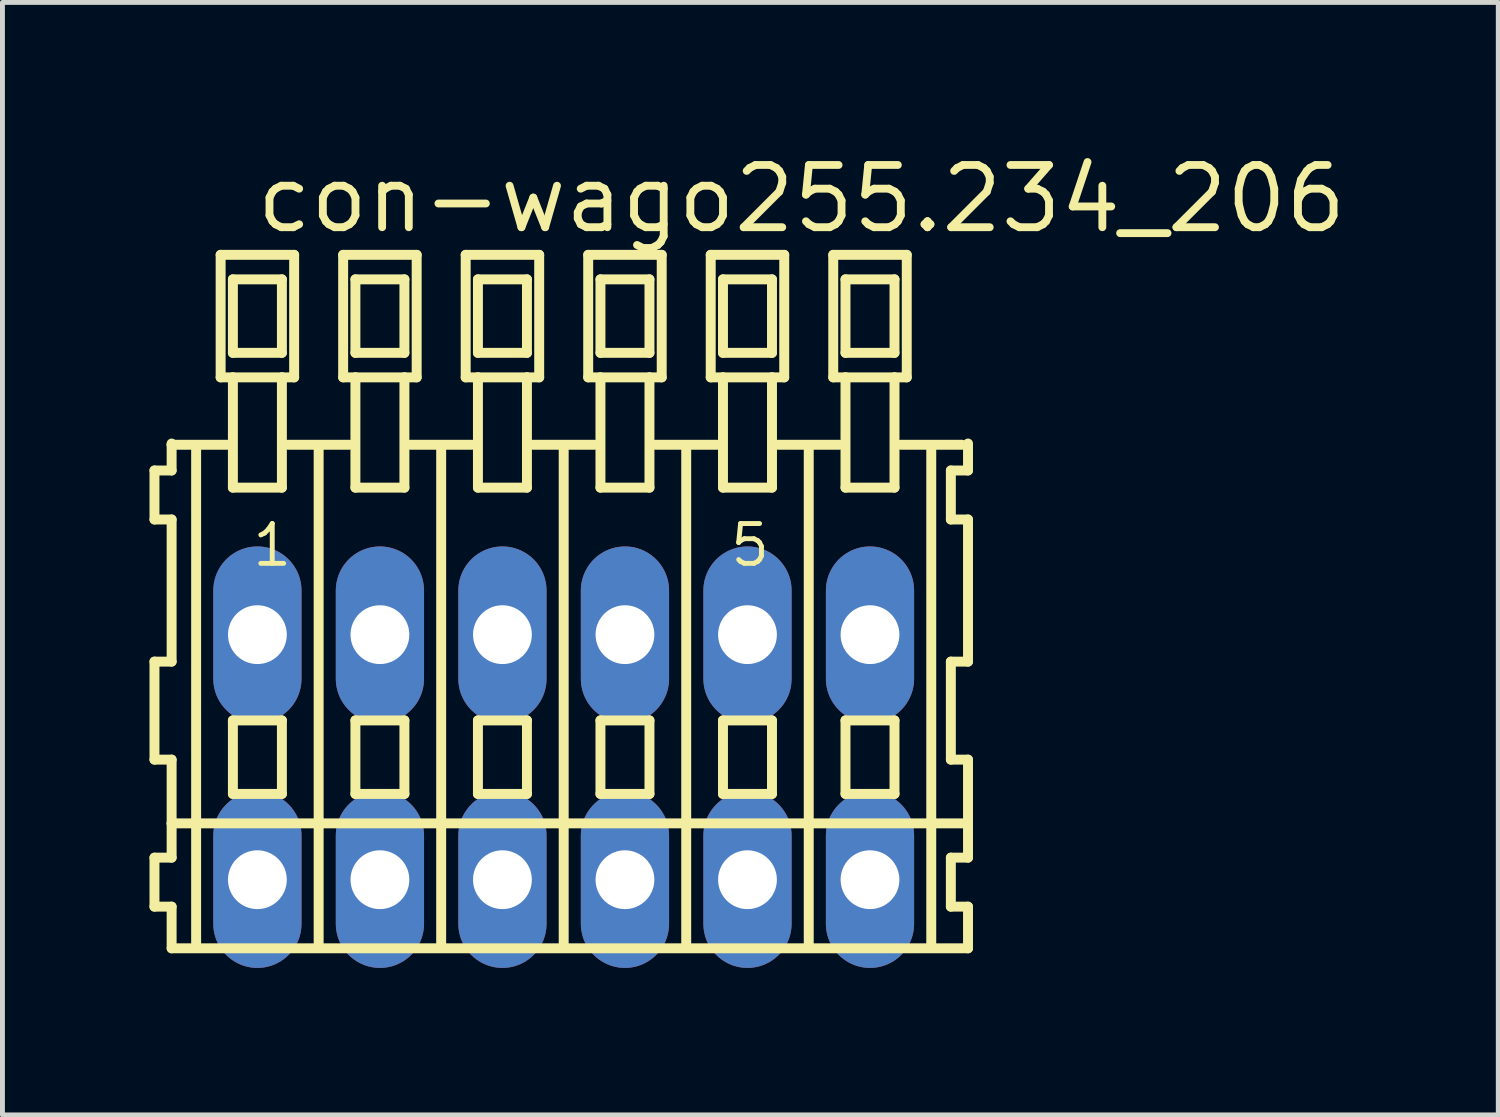
<source format=kicad_pcb>
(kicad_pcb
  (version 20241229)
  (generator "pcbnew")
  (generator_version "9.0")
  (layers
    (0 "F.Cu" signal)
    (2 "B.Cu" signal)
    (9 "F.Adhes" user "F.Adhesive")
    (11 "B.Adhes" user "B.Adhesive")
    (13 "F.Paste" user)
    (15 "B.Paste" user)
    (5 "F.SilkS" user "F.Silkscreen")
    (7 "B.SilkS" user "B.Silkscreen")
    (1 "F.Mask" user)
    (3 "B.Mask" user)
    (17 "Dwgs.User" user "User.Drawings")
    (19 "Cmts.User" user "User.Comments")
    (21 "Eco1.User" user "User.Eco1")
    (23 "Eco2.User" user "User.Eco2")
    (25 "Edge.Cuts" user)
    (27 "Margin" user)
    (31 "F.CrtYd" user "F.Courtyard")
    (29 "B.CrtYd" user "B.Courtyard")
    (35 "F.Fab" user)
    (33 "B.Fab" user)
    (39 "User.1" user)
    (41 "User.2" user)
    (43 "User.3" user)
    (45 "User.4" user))
  (footprint "con-wago255.234_206"
    (layer "F.Cu")
    (at 8.452 12.4)
    (property "Reference" "con-wago255.234_206" (at -6.35 -10.65 0) (layer "F.SilkS") (effects (font (size 1.27 1.27) (thickness 0.16)) (justify left bottom)))
    (attr through_hole)
    (fp_line (start -8.35 -5.85) (end -8.35 -4.85) (stroke (width 0.203) (type default)) (layer "F.SilkS"))
    (fp_line (start -8.35 -4.85) (end -8 -4.85) (stroke (width 0.203) (type default)) (layer "F.SilkS"))
    (fp_line (start -8.35 -1.95) (end -8.35 0.05) (stroke (width 0.203) (type default)) (layer "F.SilkS"))
    (fp_line (start -8.35 0.05) (end -8 0.05) (stroke (width 0.203) (type default)) (layer "F.SilkS"))
    (fp_line (start -8.35 2.05) (end -8.35 3.05) (stroke (width 0.203) (type default)) (layer "F.SilkS"))
    (fp_line (start -8.35 3.05) (end -8 3.05) (stroke (width 0.203) (type default)) (layer "F.SilkS"))
    (fp_line (start -8 -6.4) (end -8 -6.375) (stroke (width 0.203) (type default)) (layer "F.SilkS"))
    (fp_line (start -8 -6.375) (end -8 -5.85) (stroke (width 0.203) (type default)) (layer "F.SilkS"))
    (fp_line (start -8 -6.375) (end -6.875 -6.375) (stroke (width 0.203) (type default)) (layer "F.SilkS"))
    (fp_line (start -8 -5.85) (end -8.35 -5.85) (stroke (width 0.203) (type default)) (layer "F.SilkS"))
    (fp_line (start -8 -4.85) (end -8 -1.95) (stroke (width 0.203) (type default)) (layer "F.SilkS"))
    (fp_line (start -8 -1.95) (end -8.35 -1.95) (stroke (width 0.203) (type default)) (layer "F.SilkS"))
    (fp_line (start -8 0.05) (end -8 1.35) (stroke (width 0.203) (type default)) (layer "F.SilkS"))
    (fp_line (start -8 1.35) (end -8 2.05) (stroke (width 0.203) (type default)) (layer "F.SilkS"))
    (fp_line (start -8 1.35) (end 8.25 1.35) (stroke (width 0.203) (type default)) (layer "F.SilkS"))
    (fp_line (start -8 2.05) (end -8.35 2.05) (stroke (width 0.203) (type default)) (layer "F.SilkS"))
    (fp_line (start -8 3.05) (end -8 3.9) (stroke (width 0.203) (type default)) (layer "F.SilkS"))
    (fp_line (start -8 3.9) (end 8.25 3.9) (stroke (width 0.203) (type default)) (layer "F.SilkS"))
    (fp_line (start -7.5 -6.35) (end -7.5 3.8) (stroke (width 0.203) (type default)) (layer "F.SilkS"))
    (fp_line (start -7 -10.25) (end -7 -7.75) (stroke (width 0.203) (type default)) (layer "F.SilkS"))
    (fp_line (start -7 -7.75) (end -6.75 -7.75) (stroke (width 0.203) (type default)) (layer "F.SilkS"))
    (fp_line (start -6.75 -9.75) (end -6.75 -8.25) (stroke (width 0.203) (type default)) (layer "F.SilkS"))
    (fp_line (start -6.75 -8.25) (end -5.75 -8.25) (stroke (width 0.203) (type default)) (layer "F.SilkS"))
    (fp_line (start -6.75 -7.75) (end -6.75 -5.5) (stroke (width 0.203) (type default)) (layer "F.SilkS"))
    (fp_line (start -6.75 -7.75) (end -5.75 -7.75) (stroke (width 0.203) (type default)) (layer "F.SilkS"))
    (fp_line (start -6.75 -5.5) (end -5.75 -5.5) (stroke (width 0.203) (type default)) (layer "F.SilkS"))
    (fp_line (start -6.75 -0.75) (end -6.75 0.75) (stroke (width 0.203) (type default)) (layer "F.SilkS"))
    (fp_line (start -6.75 0.75) (end -5.75 0.75) (stroke (width 0.203) (type default)) (layer "F.SilkS"))
    (fp_line (start -5.75 -9.75) (end -6.75 -9.75) (stroke (width 0.203) (type default)) (layer "F.SilkS"))
    (fp_line (start -5.75 -8.25) (end -5.75 -9.75) (stroke (width 0.203) (type default)) (layer "F.SilkS"))
    (fp_line (start -5.75 -7.75) (end -5.5 -7.75) (stroke (width 0.203) (type default)) (layer "F.SilkS"))
    (fp_line (start -5.75 -5.5) (end -5.75 -7.75) (stroke (width 0.203) (type default)) (layer "F.SilkS"))
    (fp_line (start -5.75 -0.75) (end -6.75 -0.75) (stroke (width 0.203) (type default)) (layer "F.SilkS"))
    (fp_line (start -5.75 0.75) (end -5.75 -0.75) (stroke (width 0.203) (type default)) (layer "F.SilkS"))
    (fp_line (start -5.625 -6.375) (end -4.375 -6.375) (stroke (width 0.203) (type default)) (layer "F.SilkS"))
    (fp_line (start -5.5 -10.25) (end -7 -10.25) (stroke (width 0.203) (type default)) (layer "F.SilkS"))
    (fp_line (start -5.5 -7.75) (end -5.5 -10.25) (stroke (width 0.203) (type default)) (layer "F.SilkS"))
    (fp_line (start -5 -6.35) (end -5 3.8) (stroke (width 0.203) (type default)) (layer "F.SilkS"))
    (fp_line (start -4.5 -10.25) (end -4.5 -7.75) (stroke (width 0.203) (type default)) (layer "F.SilkS"))
    (fp_line (start -4.5 -7.75) (end -4.25 -7.75) (stroke (width 0.203) (type default)) (layer "F.SilkS"))
    (fp_line (start -4.25 -9.75) (end -4.25 -8.25) (stroke (width 0.203) (type default)) (layer "F.SilkS"))
    (fp_line (start -4.25 -8.25) (end -3.25 -8.25) (stroke (width 0.203) (type default)) (layer "F.SilkS"))
    (fp_line (start -4.25 -7.75) (end -4.25 -5.5) (stroke (width 0.203) (type default)) (layer "F.SilkS"))
    (fp_line (start -4.25 -7.75) (end -3.25 -7.75) (stroke (width 0.203) (type default)) (layer "F.SilkS"))
    (fp_line (start -4.25 -5.5) (end -3.25 -5.5) (stroke (width 0.203) (type default)) (layer "F.SilkS"))
    (fp_line (start -4.25 -0.75) (end -4.25 0.75) (stroke (width 0.203) (type default)) (layer "F.SilkS"))
    (fp_line (start -4.25 0.75) (end -3.25 0.75) (stroke (width 0.203) (type default)) (layer "F.SilkS"))
    (fp_line (start -3.25 -9.75) (end -4.25 -9.75) (stroke (width 0.203) (type default)) (layer "F.SilkS"))
    (fp_line (start -3.25 -8.25) (end -3.25 -9.75) (stroke (width 0.203) (type default)) (layer "F.SilkS"))
    (fp_line (start -3.25 -7.75) (end -3 -7.75) (stroke (width 0.203) (type default)) (layer "F.SilkS"))
    (fp_line (start -3.25 -5.5) (end -3.25 -7.75) (stroke (width 0.203) (type default)) (layer "F.SilkS"))
    (fp_line (start -3.25 -0.75) (end -4.25 -0.75) (stroke (width 0.203) (type default)) (layer "F.SilkS"))
    (fp_line (start -3.25 0.75) (end -3.25 -0.75) (stroke (width 0.203) (type default)) (layer "F.SilkS"))
    (fp_line (start -3.125 -6.375) (end -1.875 -6.375) (stroke (width 0.203) (type default)) (layer "F.SilkS"))
    (fp_line (start -3 -10.25) (end -4.5 -10.25) (stroke (width 0.203) (type default)) (layer "F.SilkS"))
    (fp_line (start -3 -7.75) (end -3 -10.25) (stroke (width 0.203) (type default)) (layer "F.SilkS"))
    (fp_line (start -2.5 -6.35) (end -2.5 3.8) (stroke (width 0.203) (type default)) (layer "F.SilkS"))
    (fp_line (start -2 -10.25) (end -2 -7.75) (stroke (width 0.203) (type default)) (layer "F.SilkS"))
    (fp_line (start -2 -7.75) (end -1.75 -7.75) (stroke (width 0.203) (type default)) (layer "F.SilkS"))
    (fp_line (start -1.75 -9.75) (end -1.75 -8.25) (stroke (width 0.203) (type default)) (layer "F.SilkS"))
    (fp_line (start -1.75 -8.25) (end -0.75 -8.25) (stroke (width 0.203) (type default)) (layer "F.SilkS"))
    (fp_line (start -1.75 -7.75) (end -1.75 -5.5) (stroke (width 0.203) (type default)) (layer "F.SilkS"))
    (fp_line (start -1.75 -7.75) (end -0.75 -7.75) (stroke (width 0.203) (type default)) (layer "F.SilkS"))
    (fp_line (start -1.75 -5.5) (end -0.75 -5.5) (stroke (width 0.203) (type default)) (layer "F.SilkS"))
    (fp_line (start -1.75 -0.75) (end -1.75 0.75) (stroke (width 0.203) (type default)) (layer "F.SilkS"))
    (fp_line (start -1.75 0.75) (end -0.75 0.75) (stroke (width 0.203) (type default)) (layer "F.SilkS"))
    (fp_line (start -0.75 -9.75) (end -1.75 -9.75) (stroke (width 0.203) (type default)) (layer "F.SilkS"))
    (fp_line (start -0.75 -8.25) (end -0.75 -9.75) (stroke (width 0.203) (type default)) (layer "F.SilkS"))
    (fp_line (start -0.75 -7.75) (end -0.5 -7.75) (stroke (width 0.203) (type default)) (layer "F.SilkS"))
    (fp_line (start -0.75 -5.5) (end -0.75 -7.75) (stroke (width 0.203) (type default)) (layer "F.SilkS"))
    (fp_line (start -0.75 -0.75) (end -1.75 -0.75) (stroke (width 0.203) (type default)) (layer "F.SilkS"))
    (fp_line (start -0.75 0.75) (end -0.75 -0.75) (stroke (width 0.203) (type default)) (layer "F.SilkS"))
    (fp_line (start -0.625 -6.375) (end 0.625 -6.375) (stroke (width 0.203) (type default)) (layer "F.SilkS"))
    (fp_line (start -0.5 -10.25) (end -2 -10.25) (stroke (width 0.203) (type default)) (layer "F.SilkS"))
    (fp_line (start -0.5 -7.75) (end -0.5 -10.25) (stroke (width 0.203) (type default)) (layer "F.SilkS"))
    (fp_line (start 0 -6.35) (end 0 3.8) (stroke (width 0.203) (type default)) (layer "F.SilkS"))
    (fp_line (start 0.5 -10.25) (end 0.5 -7.75) (stroke (width 0.203) (type default)) (layer "F.SilkS"))
    (fp_line (start 0.5 -7.75) (end 0.75 -7.75) (stroke (width 0.203) (type default)) (layer "F.SilkS"))
    (fp_line (start 0.75 -9.75) (end 0.75 -8.25) (stroke (width 0.203) (type default)) (layer "F.SilkS"))
    (fp_line (start 0.75 -8.25) (end 1.75 -8.25) (stroke (width 0.203) (type default)) (layer "F.SilkS"))
    (fp_line (start 0.75 -7.75) (end 0.75 -5.5) (stroke (width 0.203) (type default)) (layer "F.SilkS"))
    (fp_line (start 0.75 -7.75) (end 1.75 -7.75) (stroke (width 0.203) (type default)) (layer "F.SilkS"))
    (fp_line (start 0.75 -5.5) (end 1.75 -5.5) (stroke (width 0.203) (type default)) (layer "F.SilkS"))
    (fp_line (start 0.75 -0.75) (end 0.75 0.75) (stroke (width 0.203) (type default)) (layer "F.SilkS"))
    (fp_line (start 0.75 0.75) (end 1.75 0.75) (stroke (width 0.203) (type default)) (layer "F.SilkS"))
    (fp_line (start 1.75 -9.75) (end 0.75 -9.75) (stroke (width 0.203) (type default)) (layer "F.SilkS"))
    (fp_line (start 1.75 -8.25) (end 1.75 -9.75) (stroke (width 0.203) (type default)) (layer "F.SilkS"))
    (fp_line (start 1.75 -7.75) (end 2 -7.75) (stroke (width 0.203) (type default)) (layer "F.SilkS"))
    (fp_line (start 1.75 -5.5) (end 1.75 -7.75) (stroke (width 0.203) (type default)) (layer "F.SilkS"))
    (fp_line (start 1.75 -0.75) (end 0.75 -0.75) (stroke (width 0.203) (type default)) (layer "F.SilkS"))
    (fp_line (start 1.75 0.75) (end 1.75 -0.75) (stroke (width 0.203) (type default)) (layer "F.SilkS"))
    (fp_line (start 1.875 -6.375) (end 3.125 -6.375) (stroke (width 0.203) (type default)) (layer "F.SilkS"))
    (fp_line (start 2 -10.25) (end 0.5 -10.25) (stroke (width 0.203) (type default)) (layer "F.SilkS"))
    (fp_line (start 2 -7.75) (end 2 -10.25) (stroke (width 0.203) (type default)) (layer "F.SilkS"))
    (fp_line (start 2.5 -6.35) (end 2.5 3.8) (stroke (width 0.203) (type default)) (layer "F.SilkS"))
    (fp_line (start 3 -10.25) (end 3 -7.75) (stroke (width 0.203) (type default)) (layer "F.SilkS"))
    (fp_line (start 3 -7.75) (end 3.25 -7.75) (stroke (width 0.203) (type default)) (layer "F.SilkS"))
    (fp_line (start 3.25 -9.75) (end 3.25 -8.25) (stroke (width 0.203) (type default)) (layer "F.SilkS"))
    (fp_line (start 3.25 -8.25) (end 4.25 -8.25) (stroke (width 0.203) (type default)) (layer "F.SilkS"))
    (fp_line (start 3.25 -7.75) (end 3.25 -5.5) (stroke (width 0.203) (type default)) (layer "F.SilkS"))
    (fp_line (start 3.25 -7.75) (end 4.25 -7.75) (stroke (width 0.203) (type default)) (layer "F.SilkS"))
    (fp_line (start 3.25 -5.5) (end 4.25 -5.5) (stroke (width 0.203) (type default)) (layer "F.SilkS"))
    (fp_line (start 3.25 -0.75) (end 3.25 0.75) (stroke (width 0.203) (type default)) (layer "F.SilkS"))
    (fp_line (start 3.25 0.75) (end 4.25 0.75) (stroke (width 0.203) (type default)) (layer "F.SilkS"))
    (fp_line (start 4.25 -9.75) (end 3.25 -9.75) (stroke (width 0.203) (type default)) (layer "F.SilkS"))
    (fp_line (start 4.25 -8.25) (end 4.25 -9.75) (stroke (width 0.203) (type default)) (layer "F.SilkS"))
    (fp_line (start 4.25 -7.75) (end 4.5 -7.75) (stroke (width 0.203) (type default)) (layer "F.SilkS"))
    (fp_line (start 4.25 -5.5) (end 4.25 -7.75) (stroke (width 0.203) (type default)) (layer "F.SilkS"))
    (fp_line (start 4.25 -0.75) (end 3.25 -0.75) (stroke (width 0.203) (type default)) (layer "F.SilkS"))
    (fp_line (start 4.25 0.75) (end 4.25 -0.75) (stroke (width 0.203) (type default)) (layer "F.SilkS"))
    (fp_line (start 4.375 -6.375) (end 5.625 -6.375) (stroke (width 0.203) (type default)) (layer "F.SilkS"))
    (fp_line (start 4.5 -10.25) (end 3 -10.25) (stroke (width 0.203) (type default)) (layer "F.SilkS"))
    (fp_line (start 4.5 -7.75) (end 4.5 -10.25) (stroke (width 0.203) (type default)) (layer "F.SilkS"))
    (fp_line (start 5 -6.35) (end 5 3.8) (stroke (width 0.203) (type default)) (layer "F.SilkS"))
    (fp_line (start 5.5 -10.25) (end 5.5 -7.75) (stroke (width 0.203) (type default)) (layer "F.SilkS"))
    (fp_line (start 5.5 -7.75) (end 5.75 -7.75) (stroke (width 0.203) (type default)) (layer "F.SilkS"))
    (fp_line (start 5.75 -9.75) (end 5.75 -8.25) (stroke (width 0.203) (type default)) (layer "F.SilkS"))
    (fp_line (start 5.75 -8.25) (end 6.75 -8.25) (stroke (width 0.203) (type default)) (layer "F.SilkS"))
    (fp_line (start 5.75 -7.75) (end 5.75 -5.5) (stroke (width 0.203) (type default)) (layer "F.SilkS"))
    (fp_line (start 5.75 -7.75) (end 6.75 -7.75) (stroke (width 0.203) (type default)) (layer "F.SilkS"))
    (fp_line (start 5.75 -5.5) (end 6.75 -5.5) (stroke (width 0.203) (type default)) (layer "F.SilkS"))
    (fp_line (start 5.75 -0.75) (end 5.75 0.75) (stroke (width 0.203) (type default)) (layer "F.SilkS"))
    (fp_line (start 5.75 0.75) (end 6.75 0.75) (stroke (width 0.203) (type default)) (layer "F.SilkS"))
    (fp_line (start 6.75 -9.75) (end 5.75 -9.75) (stroke (width 0.203) (type default)) (layer "F.SilkS"))
    (fp_line (start 6.75 -8.25) (end 6.75 -9.75) (stroke (width 0.203) (type default)) (layer "F.SilkS"))
    (fp_line (start 6.75 -7.75) (end 7 -7.75) (stroke (width 0.203) (type default)) (layer "F.SilkS"))
    (fp_line (start 6.75 -5.5) (end 6.75 -7.75) (stroke (width 0.203) (type default)) (layer "F.SilkS"))
    (fp_line (start 6.75 -0.75) (end 5.75 -0.75) (stroke (width 0.203) (type default)) (layer "F.SilkS"))
    (fp_line (start 6.75 0.75) (end 6.75 -0.75) (stroke (width 0.203) (type default)) (layer "F.SilkS"))
    (fp_line (start 6.875 -6.375) (end 8.125 -6.375) (stroke (width 0.203) (type default)) (layer "F.SilkS"))
    (fp_line (start 7 -10.25) (end 5.5 -10.25) (stroke (width 0.203) (type default)) (layer "F.SilkS"))
    (fp_line (start 7 -7.75) (end 7 -10.25) (stroke (width 0.203) (type default)) (layer "F.SilkS"))
    (fp_line (start 7.5 -6.35) (end 7.5 3.8) (stroke (width 0.203) (type default)) (layer "F.SilkS"))
    (fp_line (start 7.9 -5.85) (end 7.9 -4.85) (stroke (width 0.203) (type default)) (layer "F.SilkS"))
    (fp_line (start 7.9 -4.85) (end 8.25 -4.85) (stroke (width 0.203) (type default)) (layer "F.SilkS"))
    (fp_line (start 7.9 -1.95) (end 7.9 0.05) (stroke (width 0.203) (type default)) (layer "F.SilkS"))
    (fp_line (start 7.9 0.05) (end 8.25 0.05) (stroke (width 0.203) (type default)) (layer "F.SilkS"))
    (fp_line (start 7.9 2.05) (end 7.9 3.05) (stroke (width 0.203) (type default)) (layer "F.SilkS"))
    (fp_line (start 7.9 3.05) (end 8.25 3.05) (stroke (width 0.203) (type default)) (layer "F.SilkS"))
    (fp_line (start 8.25 -5.85) (end 7.9 -5.85) (stroke (width 0.203) (type default)) (layer "F.SilkS"))
    (fp_line (start 8.25 -5.85) (end 8.25 -6.4) (stroke (width 0.203) (type default)) (layer "F.SilkS"))
    (fp_line (start 8.25 -1.95) (end 7.9 -1.95) (stroke (width 0.203) (type default)) (layer "F.SilkS"))
    (fp_line (start 8.25 -1.95) (end 8.25 -4.85) (stroke (width 0.203) (type default)) (layer "F.SilkS"))
    (fp_line (start 8.25 1.35) (end 8.25 0.05) (stroke (width 0.203) (type default)) (layer "F.SilkS"))
    (fp_line (start 8.25 2.05) (end 7.9 2.05) (stroke (width 0.203) (type default)) (layer "F.SilkS"))
    (fp_line (start 8.25 2.05) (end 8.25 1.35) (stroke (width 0.203) (type default)) (layer "F.SilkS"))
    (fp_line (start 8.25 3.9) (end 8.25 3.05) (stroke (width 0.203) (type default)) (layer "F.SilkS"))
    (fp_text user "1" (at -6.4 -3.85 0) (layer "F.SilkS") (effects (font (size 0.813 0.813) (thickness 0.1)) (justify left bottom)))
    (fp_text user "5" (at 3.35 -3.85 0) (layer "F.SilkS") (effects (font (size 0.813 0.813) (thickness 0.1)) (justify left bottom)))
    (pad "A1" thru_hole oval (at -6.25 -2.5 90) (size 3.6 1.8) (drill 1.2) (layers "*.Cu" "*.Mask"))
    (pad "A2" thru_hole oval (at -3.75 -2.5 90) (size 3.6 1.8) (drill 1.2) (layers "*.Cu" "*.Mask"))
    (pad "A3" thru_hole oval (at -1.25 -2.5 90) (size 3.6 1.8) (drill 1.2) (layers "*.Cu" "*.Mask"))
    (pad "A4" thru_hole oval (at 1.25 -2.5 90) (size 3.6 1.8) (drill 1.2) (layers "*.Cu" "*.Mask"))
    (pad "A5" thru_hole oval (at 3.75 -2.5 90) (size 3.6 1.8) (drill 1.2) (layers "*.Cu" "*.Mask"))
    (pad "A6" thru_hole oval (at 6.25 -2.5 90) (size 3.6 1.8) (drill 1.2) (layers "*.Cu" "*.Mask"))
    (pad "B1" thru_hole oval (at -6.25 2.5 90) (size 3.6 1.8) (drill 1.2) (layers "*.Cu" "*.Mask"))
    (pad "B2" thru_hole oval (at -3.75 2.5 90) (size 3.6 1.8) (drill 1.2) (layers "*.Cu" "*.Mask"))
    (pad "B3" thru_hole oval (at -1.25 2.5 90) (size 3.6 1.8) (drill 1.2) (layers "*.Cu" "*.Mask"))
    (pad "B4" thru_hole oval (at 1.25 2.5 90) (size 3.6 1.8) (drill 1.2) (layers "*.Cu" "*.Mask"))
    (pad "B5" thru_hole oval (at 3.75 2.5 90) (size 3.6 1.8) (drill 1.2) (layers "*.Cu" "*.Mask"))
    (pad "B6" thru_hole oval (at 6.25 2.5 90) (size 3.6 1.8) (drill 1.2) (layers "*.Cu" "*.Mask")))
  (gr_rect
    (start -3 -3)
    (end 27.522 19.7)
    (stroke (width 0.1) (type default))
    (fill no)
    (layer "Edge.Cuts")))
</source>
